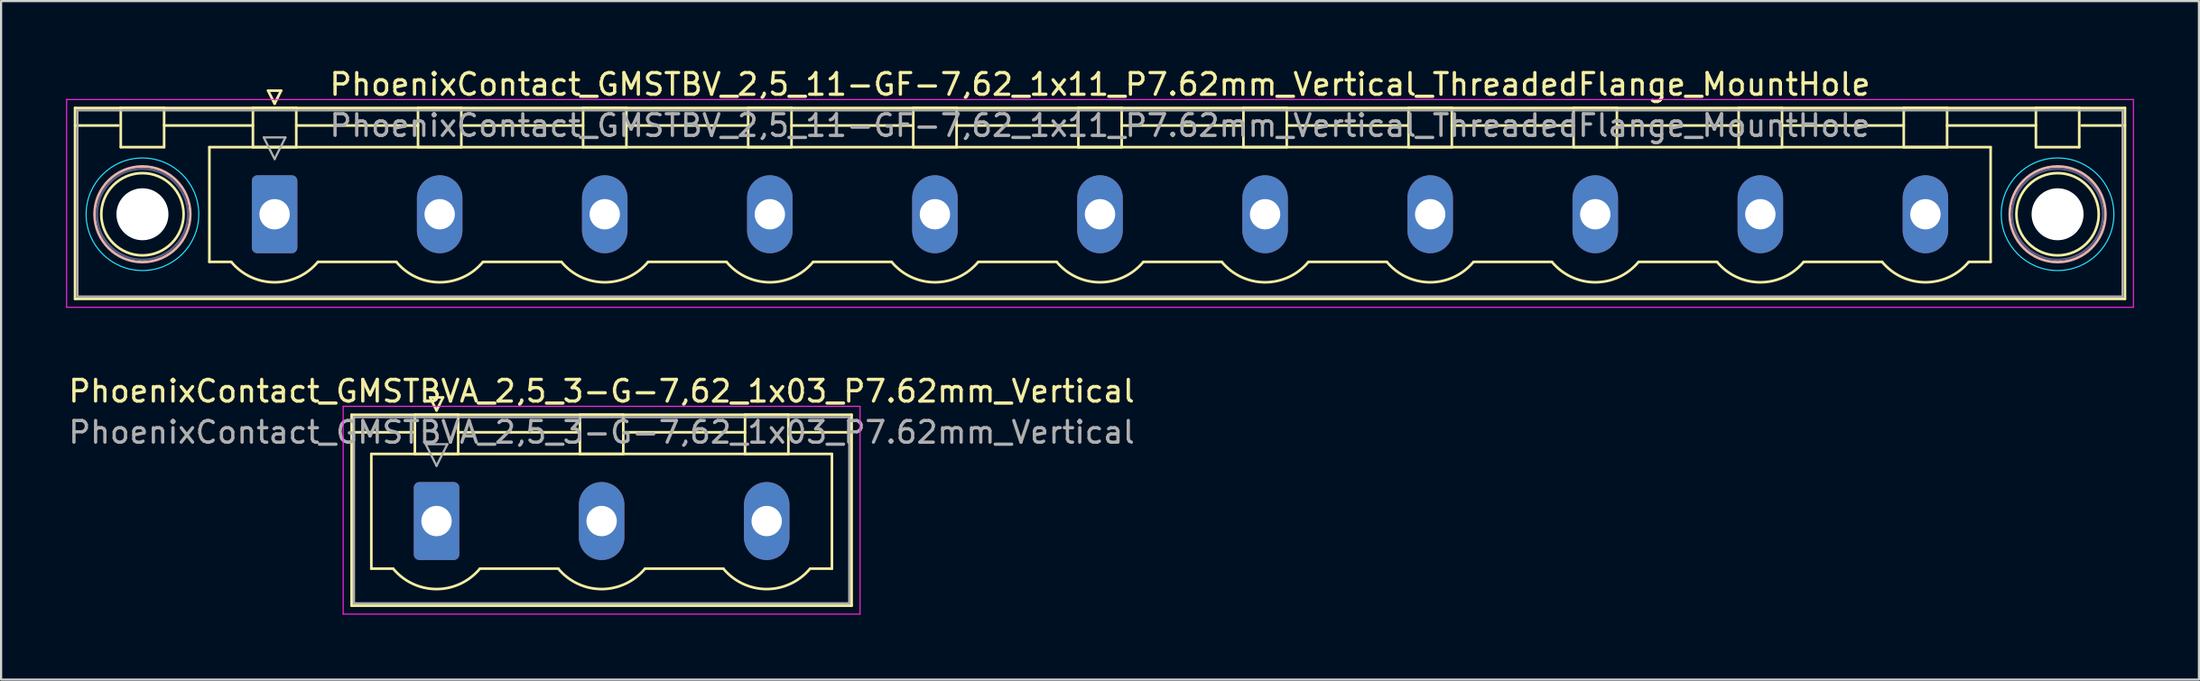
<source format=kicad_pcb>
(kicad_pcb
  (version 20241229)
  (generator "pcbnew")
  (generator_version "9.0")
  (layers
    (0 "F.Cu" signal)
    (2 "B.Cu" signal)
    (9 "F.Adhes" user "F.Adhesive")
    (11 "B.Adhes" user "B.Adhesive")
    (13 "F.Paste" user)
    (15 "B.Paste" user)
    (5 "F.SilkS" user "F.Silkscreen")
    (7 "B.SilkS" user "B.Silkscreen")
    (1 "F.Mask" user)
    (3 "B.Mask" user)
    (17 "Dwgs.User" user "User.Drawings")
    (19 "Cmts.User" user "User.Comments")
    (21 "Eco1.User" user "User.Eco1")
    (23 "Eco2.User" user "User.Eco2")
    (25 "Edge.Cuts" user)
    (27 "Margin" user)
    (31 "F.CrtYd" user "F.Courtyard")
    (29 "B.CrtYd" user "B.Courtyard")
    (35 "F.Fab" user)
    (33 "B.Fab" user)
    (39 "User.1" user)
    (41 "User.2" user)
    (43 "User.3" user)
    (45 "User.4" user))
  (footprint "PhoenixContact_GMSTBVA_2,5_3-G-7,62_1x03_P7.62mm_Vertical"
    (layer "F.Cu")
    (at 17.1 21.021)
    (property "Reference" "PhoenixContact_GMSTBVA_2,5_3-G-7,62_1x03_P7.62mm_Vertical" (at 7.62 -6 0) (layer "F.SilkS") (effects (font (size 1 1) (thickness 0.15))))
    (attr through_hole)
    (fp_line (start -3.92 -4.91) (end -3.92 3.91) (stroke (width 0.12) (type solid)) (layer "F.SilkS"))
    (fp_line (start -3.92 -4.1) (end -1.11 -4.1) (stroke (width 0.12) (type solid)) (layer "F.SilkS"))
    (fp_line (start -3.92 3.91) (end 19.16 3.91) (stroke (width 0.12) (type solid)) (layer "F.SilkS"))
    (fp_line (start -3.01 -3.1) (end 18.25 -3.1) (stroke (width 0.12) (type solid)) (layer "F.SilkS"))
    (fp_line (start -3.01 2.2) (end -3.01 -3.1) (stroke (width 0.12) (type solid)) (layer "F.SilkS"))
    (fp_line (start -2 2.2) (end -3.01 2.2) (stroke (width 0.12) (type solid)) (layer "F.SilkS"))
    (fp_line (start -1 -4.91) (end 1 -4.91) (stroke (width 0.12) (type solid)) (layer "F.SilkS"))
    (fp_line (start -1 -3.1) (end -1 -4.91) (stroke (width 0.12) (type solid)) (layer "F.SilkS"))
    (fp_line (start -0.3 -5.71) (end 0.3 -5.71) (stroke (width 0.12) (type solid)) (layer "F.SilkS"))
    (fp_line (start 0 -5.11) (end -0.3 -5.71) (stroke (width 0.12) (type solid)) (layer "F.SilkS"))
    (fp_line (start 0.3 -5.71) (end 0 -5.11) (stroke (width 0.12) (type solid)) (layer "F.SilkS"))
    (fp_line (start 1 -4.91) (end 1 -3.1) (stroke (width 0.12) (type solid)) (layer "F.SilkS"))
    (fp_line (start 1 -4.1) (end 6.62 -4.1) (stroke (width 0.12) (type solid)) (layer "F.SilkS"))
    (fp_line (start 1 -3.1) (end -1 -3.1) (stroke (width 0.12) (type solid)) (layer "F.SilkS"))
    (fp_line (start 2 2.2) (end 5.62 2.2) (stroke (width 0.12) (type solid)) (layer "F.SilkS"))
    (fp_line (start 6.62 -4.91) (end 8.62 -4.91) (stroke (width 0.12) (type solid)) (layer "F.SilkS"))
    (fp_line (start 6.62 -3.1) (end 6.62 -4.91) (stroke (width 0.12) (type solid)) (layer "F.SilkS"))
    (fp_line (start 8.62 -4.91) (end 8.62 -3.1) (stroke (width 0.12) (type solid)) (layer "F.SilkS"))
    (fp_line (start 8.62 -4.1) (end 14.24 -4.1) (stroke (width 0.12) (type solid)) (layer "F.SilkS"))
    (fp_line (start 8.62 -3.1) (end 6.62 -3.1) (stroke (width 0.12) (type solid)) (layer "F.SilkS"))
    (fp_line (start 9.62 2.2) (end 13.24 2.2) (stroke (width 0.12) (type solid)) (layer "F.SilkS"))
    (fp_line (start 14.24 -4.91) (end 16.24 -4.91) (stroke (width 0.12) (type solid)) (layer "F.SilkS"))
    (fp_line (start 14.24 -3.1) (end 14.24 -4.91) (stroke (width 0.12) (type solid)) (layer "F.SilkS"))
    (fp_line (start 16.24 -4.91) (end 16.24 -3.1) (stroke (width 0.12) (type solid)) (layer "F.SilkS"))
    (fp_line (start 16.24 -3.1) (end 14.24 -3.1) (stroke (width 0.12) (type solid)) (layer "F.SilkS"))
    (fp_line (start 18.25 -3.1) (end 18.25 2.2) (stroke (width 0.12) (type solid)) (layer "F.SilkS"))
    (fp_line (start 18.25 2.2) (end 17.24 2.2) (stroke (width 0.12) (type solid)) (layer "F.SilkS"))
    (fp_line (start 19.16 -4.91) (end -3.92 -4.91) (stroke (width 0.12) (type solid)) (layer "F.SilkS"))
    (fp_line (start 19.16 -4.1) (end 16.35 -4.1) (stroke (width 0.12) (type solid)) (layer "F.SilkS"))
    (fp_line (start 19.16 3.91) (end 19.16 -4.91) (stroke (width 0.12) (type solid)) (layer "F.SilkS"))
    (fp_arc (start 1.986842 2.215821) (mid -0.010289 3.142758) (end -2 2.2) (stroke (width 0.12) (type solid)) (layer "F.SilkS"))
    (fp_arc (start 9.606842 2.215821) (mid 7.609711 3.142758) (end 5.62 2.2) (stroke (width 0.12) (type solid)) (layer "F.SilkS"))
    (fp_arc (start 17.226842 2.215821) (mid 15.229711 3.142758) (end 13.24 2.2) (stroke (width 0.12) (type solid)) (layer "F.SilkS"))
    (fp_line (start -4.31 -5.3) (end -4.31 4.3) (stroke (width 0.05) (type solid)) (layer "F.CrtYd"))
    (fp_line (start -4.31 4.3) (end 19.55 4.3) (stroke (width 0.05) (type solid)) (layer "F.CrtYd"))
    (fp_line (start 19.55 -5.3) (end -4.31 -5.3) (stroke (width 0.05) (type solid)) (layer "F.CrtYd"))
    (fp_line (start 19.55 4.3) (end 19.55 -5.3) (stroke (width 0.05) (type solid)) (layer "F.CrtYd"))
    (fp_line (start -3.81 -4.8) (end -3.81 3.8) (stroke (width 0.1) (type solid)) (layer "F.Fab"))
    (fp_line (start -3.81 3.8) (end 19.05 3.8) (stroke (width 0.1) (type solid)) (layer "F.Fab"))
    (fp_line (start -0.5 -3.55) (end 0.5 -3.55) (stroke (width 0.1) (type solid)) (layer "F.Fab"))
    (fp_line (start 0 -2.55) (end -0.5 -3.55) (stroke (width 0.1) (type solid)) (layer "F.Fab"))
    (fp_line (start 0.5 -3.55) (end 0 -2.55) (stroke (width 0.1) (type solid)) (layer "F.Fab"))
    (fp_line (start 19.05 -4.8) (end -3.81 -4.8) (stroke (width 0.1) (type solid)) (layer "F.Fab"))
    (fp_line (start 19.05 3.8) (end 19.05 -4.8) (stroke (width 0.1) (type solid)) (layer "F.Fab"))
    (fp_text user "${REFERENCE}" (at 7.62 -4.1 0) (layer "F.Fab") (effects (font (size 1 1) (thickness 0.15))))
    (pad "1" thru_hole roundrect (at 0 0) (size 2.1 3.6) (drill 1.4) (layers "*.Cu" "*.Mask") (roundrect_rratio 0.119))
    (pad "2" thru_hole oval (at 7.62 0) (size 2.1 3.6) (drill 1.4) (layers "*.Cu" "*.Mask"))
    (pad "3" thru_hole oval (at 15.24 0) (size 2.1 3.6) (drill 1.4) (layers "*.Cu" "*.Mask")))
  (footprint "PhoenixContact_GMSTBV_2,5_11-GF-7,62_1x11_P7.62mm_Vertical_ThreadedFlange_MountHole"
    (layer "F.Cu")
    (at 9.625 6.848)
    (property "Reference" "PhoenixContact_GMSTBV_2,5_11-GF-7,62_1x11_P7.62mm_Vertical_ThreadedFlange_MountHole" (at 38.1 -6 0) (layer "F.SilkS") (effects (font (size 1 1) (thickness 0.15))))
    (attr through_hole)
    (fp_line (start -9.21 -4.91) (end -9.21 3.91) (stroke (width 0.12) (type solid)) (layer "F.SilkS"))
    (fp_line (start -9.21 -4.1) (end -7.21 -4.1) (stroke (width 0.12) (type solid)) (layer "F.SilkS"))
    (fp_line (start -9.21 3.91) (end 85.41 3.91) (stroke (width 0.12) (type solid)) (layer "F.SilkS"))
    (fp_line (start -7.1 -4.91) (end -5.1 -4.91) (stroke (width 0.12) (type solid)) (layer "F.SilkS"))
    (fp_line (start -7.1 -3.1) (end -7.1 -4.91) (stroke (width 0.12) (type solid)) (layer "F.SilkS"))
    (fp_line (start -5.1 -4.91) (end -5.1 -3.1) (stroke (width 0.12) (type solid)) (layer "F.SilkS"))
    (fp_line (start -5.1 -4.1) (end -1 -4.1) (stroke (width 0.12) (type solid)) (layer "F.SilkS"))
    (fp_line (start -5.1 -3.1) (end -7.1 -3.1) (stroke (width 0.12) (type solid)) (layer "F.SilkS"))
    (fp_line (start -3.01 -3.1) (end 79.21 -3.1) (stroke (width 0.12) (type solid)) (layer "F.SilkS"))
    (fp_line (start -3.01 2.2) (end -3.01 -3.1) (stroke (width 0.12) (type solid)) (layer "F.SilkS"))
    (fp_line (start -2 2.2) (end -3.01 2.2) (stroke (width 0.12) (type solid)) (layer "F.SilkS"))
    (fp_line (start -1 -4.91) (end 1 -4.91) (stroke (width 0.12) (type solid)) (layer "F.SilkS"))
    (fp_line (start -1 -3.1) (end -1 -4.91) (stroke (width 0.12) (type solid)) (layer "F.SilkS"))
    (fp_line (start -0.3 -5.71) (end 0.3 -5.71) (stroke (width 0.12) (type solid)) (layer "F.SilkS"))
    (fp_line (start 0 -5.11) (end -0.3 -5.71) (stroke (width 0.12) (type solid)) (layer "F.SilkS"))
    (fp_line (start 0.3 -5.71) (end 0 -5.11) (stroke (width 0.12) (type solid)) (layer "F.SilkS"))
    (fp_line (start 1 -4.91) (end 1 -3.1) (stroke (width 0.12) (type solid)) (layer "F.SilkS"))
    (fp_line (start 1 -4.1) (end 6.62 -4.1) (stroke (width 0.12) (type solid)) (layer "F.SilkS"))
    (fp_line (start 1 -3.1) (end -1 -3.1) (stroke (width 0.12) (type solid)) (layer "F.SilkS"))
    (fp_line (start 2 2.2) (end 5.62 2.2) (stroke (width 0.12) (type solid)) (layer "F.SilkS"))
    (fp_line (start 6.62 -4.91) (end 8.62 -4.91) (stroke (width 0.12) (type solid)) (layer "F.SilkS"))
    (fp_line (start 6.62 -3.1) (end 6.62 -4.91) (stroke (width 0.12) (type solid)) (layer "F.SilkS"))
    (fp_line (start 8.62 -4.91) (end 8.62 -3.1) (stroke (width 0.12) (type solid)) (layer "F.SilkS"))
    (fp_line (start 8.62 -4.1) (end 14.24 -4.1) (stroke (width 0.12) (type solid)) (layer "F.SilkS"))
    (fp_line (start 8.62 -3.1) (end 6.62 -3.1) (stroke (width 0.12) (type solid)) (layer "F.SilkS"))
    (fp_line (start 9.62 2.2) (end 13.24 2.2) (stroke (width 0.12) (type solid)) (layer "F.SilkS"))
    (fp_line (start 14.24 -4.91) (end 16.24 -4.91) (stroke (width 0.12) (type solid)) (layer "F.SilkS"))
    (fp_line (start 14.24 -3.1) (end 14.24 -4.91) (stroke (width 0.12) (type solid)) (layer "F.SilkS"))
    (fp_line (start 16.24 -4.91) (end 16.24 -3.1) (stroke (width 0.12) (type solid)) (layer "F.SilkS"))
    (fp_line (start 16.24 -4.1) (end 21.86 -4.1) (stroke (width 0.12) (type solid)) (layer "F.SilkS"))
    (fp_line (start 16.24 -3.1) (end 14.24 -3.1) (stroke (width 0.12) (type solid)) (layer "F.SilkS"))
    (fp_line (start 17.24 2.2) (end 20.86 2.2) (stroke (width 0.12) (type solid)) (layer "F.SilkS"))
    (fp_line (start 21.86 -4.91) (end 23.86 -4.91) (stroke (width 0.12) (type solid)) (layer "F.SilkS"))
    (fp_line (start 21.86 -3.1) (end 21.86 -4.91) (stroke (width 0.12) (type solid)) (layer "F.SilkS"))
    (fp_line (start 23.86 -4.91) (end 23.86 -3.1) (stroke (width 0.12) (type solid)) (layer "F.SilkS"))
    (fp_line (start 23.86 -4.1) (end 29.48 -4.1) (stroke (width 0.12) (type solid)) (layer "F.SilkS"))
    (fp_line (start 23.86 -3.1) (end 21.86 -3.1) (stroke (width 0.12) (type solid)) (layer "F.SilkS"))
    (fp_line (start 24.86 2.2) (end 28.48 2.2) (stroke (width 0.12) (type solid)) (layer "F.SilkS"))
    (fp_line (start 29.48 -4.91) (end 31.48 -4.91) (stroke (width 0.12) (type solid)) (layer "F.SilkS"))
    (fp_line (start 29.48 -3.1) (end 29.48 -4.91) (stroke (width 0.12) (type solid)) (layer "F.SilkS"))
    (fp_line (start 31.48 -4.91) (end 31.48 -3.1) (stroke (width 0.12) (type solid)) (layer "F.SilkS"))
    (fp_line (start 31.48 -4.1) (end 37.1 -4.1) (stroke (width 0.12) (type solid)) (layer "F.SilkS"))
    (fp_line (start 31.48 -3.1) (end 29.48 -3.1) (stroke (width 0.12) (type solid)) (layer "F.SilkS"))
    (fp_line (start 32.48 2.2) (end 36.1 2.2) (stroke (width 0.12) (type solid)) (layer "F.SilkS"))
    (fp_line (start 37.1 -4.91) (end 39.1 -4.91) (stroke (width 0.12) (type solid)) (layer "F.SilkS"))
    (fp_line (start 37.1 -3.1) (end 37.1 -4.91) (stroke (width 0.12) (type solid)) (layer "F.SilkS"))
    (fp_line (start 39.1 -4.91) (end 39.1 -3.1) (stroke (width 0.12) (type solid)) (layer "F.SilkS"))
    (fp_line (start 39.1 -4.1) (end 44.72 -4.1) (stroke (width 0.12) (type solid)) (layer "F.SilkS"))
    (fp_line (start 39.1 -3.1) (end 37.1 -3.1) (stroke (width 0.12) (type solid)) (layer "F.SilkS"))
    (fp_line (start 40.1 2.2) (end 43.72 2.2) (stroke (width 0.12) (type solid)) (layer "F.SilkS"))
    (fp_line (start 44.72 -4.91) (end 46.72 -4.91) (stroke (width 0.12) (type solid)) (layer "F.SilkS"))
    (fp_line (start 44.72 -3.1) (end 44.72 -4.91) (stroke (width 0.12) (type solid)) (layer "F.SilkS"))
    (fp_line (start 46.72 -4.91) (end 46.72 -3.1) (stroke (width 0.12) (type solid)) (layer "F.SilkS"))
    (fp_line (start 46.72 -4.1) (end 52.34 -4.1) (stroke (width 0.12) (type solid)) (layer "F.SilkS"))
    (fp_line (start 46.72 -3.1) (end 44.72 -3.1) (stroke (width 0.12) (type solid)) (layer "F.SilkS"))
    (fp_line (start 47.72 2.2) (end 51.34 2.2) (stroke (width 0.12) (type solid)) (layer "F.SilkS"))
    (fp_line (start 52.34 -4.91) (end 54.34 -4.91) (stroke (width 0.12) (type solid)) (layer "F.SilkS"))
    (fp_line (start 52.34 -3.1) (end 52.34 -4.91) (stroke (width 0.12) (type solid)) (layer "F.SilkS"))
    (fp_line (start 54.34 -4.91) (end 54.34 -3.1) (stroke (width 0.12) (type solid)) (layer "F.SilkS"))
    (fp_line (start 54.34 -4.1) (end 59.96 -4.1) (stroke (width 0.12) (type solid)) (layer "F.SilkS"))
    (fp_line (start 54.34 -3.1) (end 52.34 -3.1) (stroke (width 0.12) (type solid)) (layer "F.SilkS"))
    (fp_line (start 55.34 2.2) (end 58.96 2.2) (stroke (width 0.12) (type solid)) (layer "F.SilkS"))
    (fp_line (start 59.96 -4.91) (end 61.96 -4.91) (stroke (width 0.12) (type solid)) (layer "F.SilkS"))
    (fp_line (start 59.96 -3.1) (end 59.96 -4.91) (stroke (width 0.12) (type solid)) (layer "F.SilkS"))
    (fp_line (start 61.96 -4.91) (end 61.96 -3.1) (stroke (width 0.12) (type solid)) (layer "F.SilkS"))
    (fp_line (start 61.96 -4.1) (end 67.58 -4.1) (stroke (width 0.12) (type solid)) (layer "F.SilkS"))
    (fp_line (start 61.96 -3.1) (end 59.96 -3.1) (stroke (width 0.12) (type solid)) (layer "F.SilkS"))
    (fp_line (start 62.96 2.2) (end 66.58 2.2) (stroke (width 0.12) (type solid)) (layer "F.SilkS"))
    (fp_line (start 67.58 -4.91) (end 69.58 -4.91) (stroke (width 0.12) (type solid)) (layer "F.SilkS"))
    (fp_line (start 67.58 -3.1) (end 67.58 -4.91) (stroke (width 0.12) (type solid)) (layer "F.SilkS"))
    (fp_line (start 69.58 -4.91) (end 69.58 -3.1) (stroke (width 0.12) (type solid)) (layer "F.SilkS"))
    (fp_line (start 69.58 -4.1) (end 75.2 -4.1) (stroke (width 0.12) (type solid)) (layer "F.SilkS"))
    (fp_line (start 69.58 -3.1) (end 67.58 -3.1) (stroke (width 0.12) (type solid)) (layer "F.SilkS"))
    (fp_line (start 70.58 2.2) (end 74.2 2.2) (stroke (width 0.12) (type solid)) (layer "F.SilkS"))
    (fp_line (start 75.2 -4.91) (end 77.2 -4.91) (stroke (width 0.12) (type solid)) (layer "F.SilkS"))
    (fp_line (start 75.2 -3.1) (end 75.2 -4.91) (stroke (width 0.12) (type solid)) (layer "F.SilkS"))
    (fp_line (start 77.2 -4.91) (end 77.2 -3.1) (stroke (width 0.12) (type solid)) (layer "F.SilkS"))
    (fp_line (start 77.2 -4.1) (end 81.3 -4.1) (stroke (width 0.12) (type solid)) (layer "F.SilkS"))
    (fp_line (start 77.2 -3.1) (end 75.2 -3.1) (stroke (width 0.12) (type solid)) (layer "F.SilkS"))
    (fp_line (start 79.21 -3.1) (end 79.21 2.2) (stroke (width 0.12) (type solid)) (layer "F.SilkS"))
    (fp_line (start 79.21 2.2) (end 78.2 2.2) (stroke (width 0.12) (type solid)) (layer "F.SilkS"))
    (fp_line (start 81.3 -4.91) (end 83.3 -4.91) (stroke (width 0.12) (type solid)) (layer "F.SilkS"))
    (fp_line (start 81.3 -3.1) (end 81.3 -4.91) (stroke (width 0.12) (type solid)) (layer "F.SilkS"))
    (fp_line (start 83.3 -4.91) (end 83.3 -3.1) (stroke (width 0.12) (type solid)) (layer "F.SilkS"))
    (fp_line (start 83.3 -3.1) (end 81.3 -3.1) (stroke (width 0.12) (type solid)) (layer "F.SilkS"))
    (fp_line (start 85.41 -4.91) (end -9.21 -4.91) (stroke (width 0.12) (type solid)) (layer "F.SilkS"))
    (fp_line (start 85.41 -4.1) (end 83.41 -4.1) (stroke (width 0.12) (type solid)) (layer "F.SilkS"))
    (fp_line (start 85.41 3.91) (end 85.41 -4.91) (stroke (width 0.12) (type solid)) (layer "F.SilkS"))
    (fp_arc (start 1.986842 2.215821) (mid -0.010289 3.142758) (end -2 2.2) (stroke (width 0.12) (type solid)) (layer "F.SilkS"))
    (fp_arc (start 9.606842 2.215821) (mid 7.609711 3.142758) (end 5.62 2.2) (stroke (width 0.12) (type solid)) (layer "F.SilkS"))
    (fp_arc (start 17.226842 2.215821) (mid 15.229711 3.142758) (end 13.24 2.2) (stroke (width 0.12) (type solid)) (layer "F.SilkS"))
    (fp_arc (start 24.846842 2.215821) (mid 22.849711 3.142758) (end 20.86 2.2) (stroke (width 0.12) (type solid)) (layer "F.SilkS"))
    (fp_arc (start 32.466842 2.215821) (mid 30.469711 3.142758) (end 28.48 2.2) (stroke (width 0.12) (type solid)) (layer "F.SilkS"))
    (fp_arc (start 40.086842 2.215821) (mid 38.089711 3.142758) (end 36.1 2.2) (stroke (width 0.12) (type solid)) (layer "F.SilkS"))
    (fp_arc (start 47.706842 2.215821) (mid 45.709711 3.142758) (end 43.72 2.2) (stroke (width 0.12) (type solid)) (layer "F.SilkS"))
    (fp_arc (start 55.326842 2.215821) (mid 53.329711 3.142758) (end 51.34 2.2) (stroke (width 0.12) (type solid)) (layer "F.SilkS"))
    (fp_arc (start 62.946842 2.215821) (mid 60.949711 3.142758) (end 58.96 2.2) (stroke (width 0.12) (type solid)) (layer "F.SilkS"))
    (fp_arc (start 70.566842 2.215821) (mid 68.569711 3.142758) (end 66.58 2.2) (stroke (width 0.12) (type solid)) (layer "F.SilkS"))
    (fp_arc (start 78.186842 2.215821) (mid 76.189711 3.142758) (end 74.2 2.2) (stroke (width 0.12) (type solid)) (layer "F.SilkS"))
    (fp_circle (center -6.1 0) (end -4.2 0) (stroke (width 0.12) (type solid)) (fill no) (layer "F.SilkS"))
    (fp_circle (center 82.3 0) (end 84.2 0) (stroke (width 0.12) (type solid)) (fill no) (layer "F.SilkS"))
    (fp_circle (center -6.1 0) (end -3.89 0) (stroke (width 0.12) (type solid)) (fill no) (layer "B.SilkS"))
    (fp_circle (center 82.3 0) (end 84.51 0) (stroke (width 0.12) (type solid)) (fill no) (layer "B.SilkS"))
    (fp_circle (center -6.1 0) (end -3.5 0) (stroke (width 0.05) (type solid)) (fill no) (layer "B.CrtYd"))
    (fp_circle (center 82.3 0) (end 84.9 0) (stroke (width 0.05) (type solid)) (fill no) (layer "B.CrtYd"))
    (fp_line (start -9.6 -5.3) (end -9.6 4.3) (stroke (width 0.05) (type solid)) (layer "F.CrtYd"))
    (fp_line (start -9.6 4.3) (end 85.8 4.3) (stroke (width 0.05) (type solid)) (layer "F.CrtYd"))
    (fp_line (start 85.8 -5.3) (end -9.6 -5.3) (stroke (width 0.05) (type solid)) (layer "F.CrtYd"))
    (fp_line (start 85.8 4.3) (end 85.8 -5.3) (stroke (width 0.05) (type solid)) (layer "F.CrtYd"))
    (fp_circle (center -6.1 0) (end -4 0) (stroke (width 0.1) (type solid)) (fill no) (layer "B.Fab"))
    (fp_circle (center 82.3 0) (end 84.4 0) (stroke (width 0.1) (type solid)) (fill no) (layer "B.Fab"))
    (fp_line (start -9.1 -4.8) (end -9.1 3.8) (stroke (width 0.1) (type solid)) (layer "F.Fab"))
    (fp_line (start -9.1 3.8) (end 85.3 3.8) (stroke (width 0.1) (type solid)) (layer "F.Fab"))
    (fp_line (start -0.5 -3.55) (end 0.5 -3.55) (stroke (width 0.1) (type solid)) (layer "F.Fab"))
    (fp_line (start 0 -2.55) (end -0.5 -3.55) (stroke (width 0.1) (type solid)) (layer "F.Fab"))
    (fp_line (start 0.5 -3.55) (end 0 -2.55) (stroke (width 0.1) (type solid)) (layer "F.Fab"))
    (fp_line (start 85.3 -4.8) (end -9.1 -4.8) (stroke (width 0.1) (type solid)) (layer "F.Fab"))
    (fp_line (start 85.3 3.8) (end 85.3 -4.8) (stroke (width 0.1) (type solid)) (layer "F.Fab"))
    (fp_text user "${REFERENCE}" (at 38.1 -4.1 0) (layer "F.Fab") (effects (font (size 1 1) (thickness 0.15))))
    (pad "" np_thru_hole circle (at -6.1 0) (size 2.4 2.4) (drill 2.4) (layers "*.Cu" "*.Mask"))
    (pad "" np_thru_hole circle (at 82.3 0) (size 2.4 2.4) (drill 2.4) (layers "*.Cu" "*.Mask"))
    (pad "1" thru_hole roundrect (at 0 0) (size 2.1 3.6) (drill 1.4) (layers "*.Cu" "*.Mask") (roundrect_rratio 0.119))
    (pad "2" thru_hole oval (at 7.62 0) (size 2.1 3.6) (drill 1.4) (layers "*.Cu" "*.Mask"))
    (pad "3" thru_hole oval (at 15.24 0) (size 2.1 3.6) (drill 1.4) (layers "*.Cu" "*.Mask"))
    (pad "4" thru_hole oval (at 22.86 0) (size 2.1 3.6) (drill 1.4) (layers "*.Cu" "*.Mask"))
    (pad "5" thru_hole oval (at 30.48 0) (size 2.1 3.6) (drill 1.4) (layers "*.Cu" "*.Mask"))
    (pad "6" thru_hole oval (at 38.1 0) (size 2.1 3.6) (drill 1.4) (layers "*.Cu" "*.Mask"))
    (pad "7" thru_hole oval (at 45.72 0) (size 2.1 3.6) (drill 1.4) (layers "*.Cu" "*.Mask"))
    (pad "8" thru_hole oval (at 53.34 0) (size 2.1 3.6) (drill 1.4) (layers "*.Cu" "*.Mask"))
    (pad "9" thru_hole oval (at 60.96 0) (size 2.1 3.6) (drill 1.4) (layers "*.Cu" "*.Mask"))
    (pad "10" thru_hole oval (at 68.58 0) (size 2.1 3.6) (drill 1.4) (layers "*.Cu" "*.Mask"))
    (pad "11" thru_hole oval (at 76.2 0) (size 2.1 3.6) (drill 1.4) (layers "*.Cu" "*.Mask")))
  (gr_rect
    (start -3 -3)
    (end 98.45 28.346)
    (stroke (width 0.1) (type default))
    (fill no)
    (layer "Edge.Cuts")))
</source>
